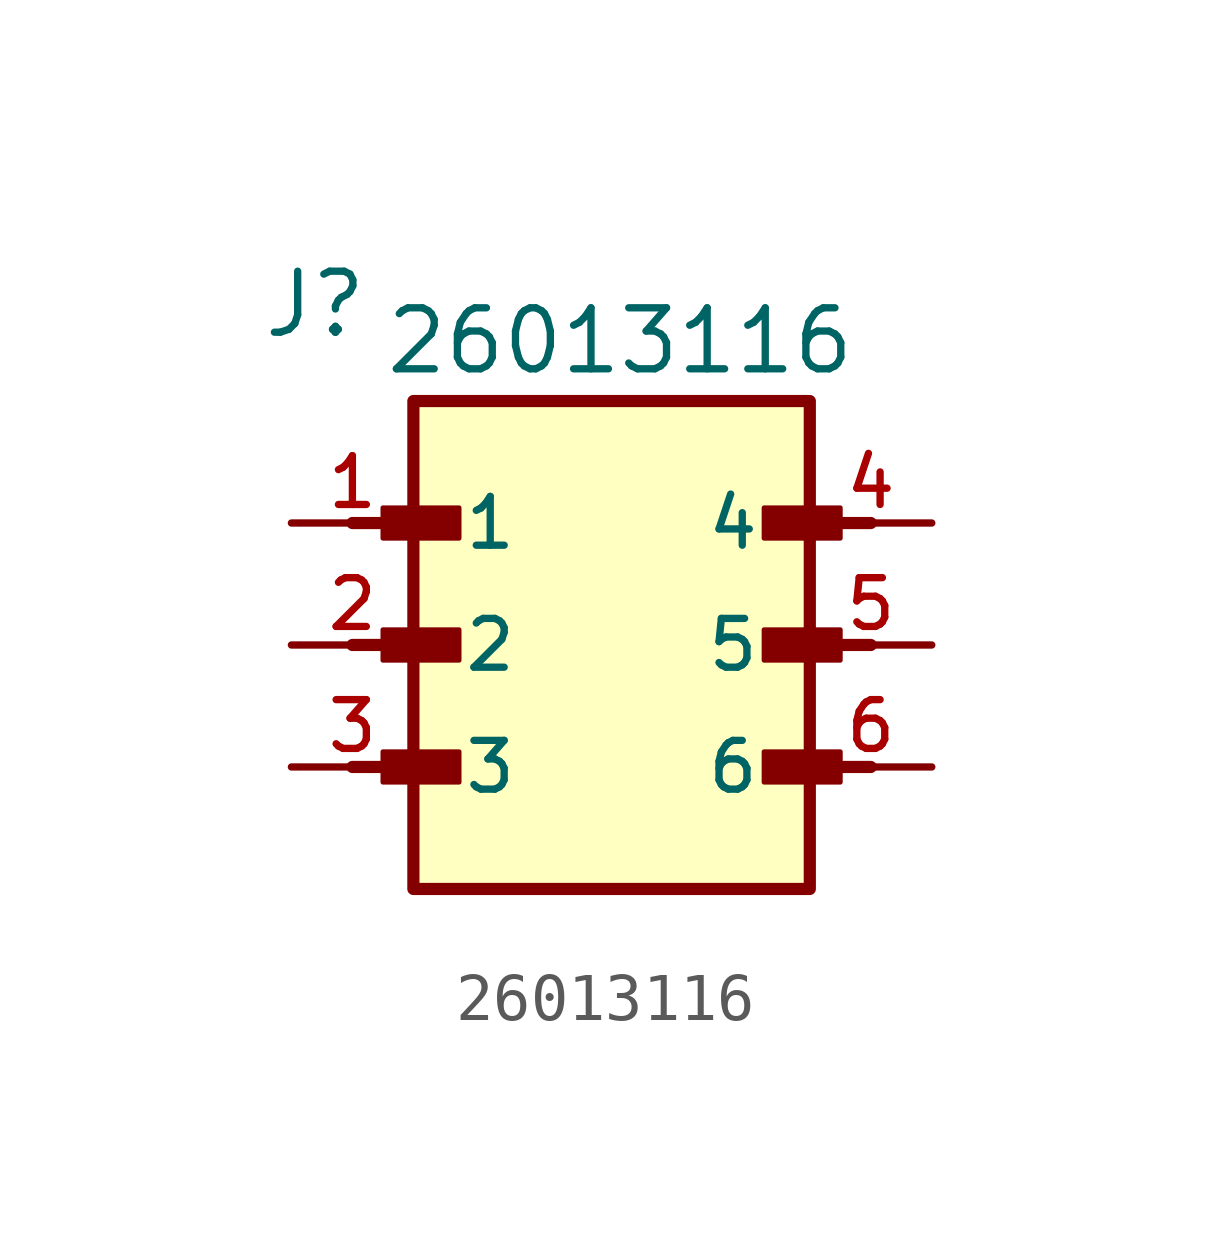
<source format=kicad_sym>
(kicad_symbol_lib
  (version 20241209)
  (generator "kicad_symbol_editor")
  (generator_version "9.0")
  (symbol "26013116"
    (pin_names
      (offset 1.016))
    (property "Reference" "J"
      (at -7.62 6.35 0)
      (effects (font (size 1.27 1.27)) (justify left bottom)))
    (property "Value" "26013116"
      (at -5.08 5.588 0)
      (effects (font (size 1.27 1.27)) (justify left bottom)))
    (symbol "26013116_0_0"
      (polyline (pts (xy -5.715 2.54) (xy -3.81 2.54)) (stroke (width 0.254) (type default)) (fill (type none)))
      (polyline (pts (xy -5.715 0) (xy -3.81 0)) (stroke (width 0.254) (type default)) (fill (type none)))
      (polyline (pts (xy -5.715 -2.54) (xy -3.81 -2.54)) (stroke (width 0.254) (type default)) (fill (type none)))
      (rectangle (start -5.08 2.223) (end -3.493 2.857) (stroke (width 0.1) (type default)) (fill (type outline)))
      (rectangle (start -5.08 -0.318) (end -3.493 0.318) (stroke (width 0.1) (type default)) (fill (type outline)))
      (rectangle (start -5.08 -2.857) (end -3.493 -2.223) (stroke (width 0.1) (type default)) (fill (type outline)))
      (rectangle (start -4.445 5.08) (end 3.81 -5.08) (stroke (width 0.254) (type default)) (fill (type background)))
      (rectangle (start 2.857 2.223) (end 4.445 2.857) (stroke (width 0.1) (type default)) (fill (type outline)))
      (rectangle (start 2.857 -0.318) (end 4.445 0.318) (stroke (width 0.1) (type default)) (fill (type outline)))
      (rectangle (start 2.857 -2.857) (end 4.445 -2.223) (stroke (width 0.1) (type default)) (fill (type outline)))
      (polyline (pts (xy 5.08 2.54) (xy 3.175 2.54)) (stroke (width 0.254) (type default)) (fill (type none)))
      (polyline (pts (xy 5.08 0) (xy 3.175 0)) (stroke (width 0.254) (type default)) (fill (type none)))
      (polyline (pts (xy 5.08 -2.54) (xy 3.175 -2.54)) (stroke (width 0.254) (type default)) (fill (type none)))
      (pin passive line (at -6.985 2.54 0) (length 2.54) (name "1" (effects (font (size 1.016 1.016)))) (number "1" (effects (font (size 1.016 1.016)))))
      (pin passive line (at -6.985 0 0) (length 2.54) (name "2" (effects (font (size 1.016 1.016)))) (number "2" (effects (font (size 1.016 1.016)))))
      (pin passive line (at -6.985 -2.54 0) (length 2.54) (name "3" (effects (font (size 1.016 1.016)))) (number "3" (effects (font (size 1.016 1.016)))))
      (pin passive line (at 6.35 2.54 180) (length 2.54) (name "4" (effects (font (size 1.016 1.016)))) (number "4" (effects (font (size 1.016 1.016)))))
      (pin passive line (at 6.35 0 180) (length 2.54) (name "5" (effects (font (size 1.016 1.016)))) (number "5" (effects (font (size 1.016 1.016)))))
      (pin passive line (at 6.35 -2.54 180) (length 2.54) (name "6" (effects (font (size 1.016 1.016)))) (number "6" (effects (font (size 1.016 1.016))))))))
</source>
